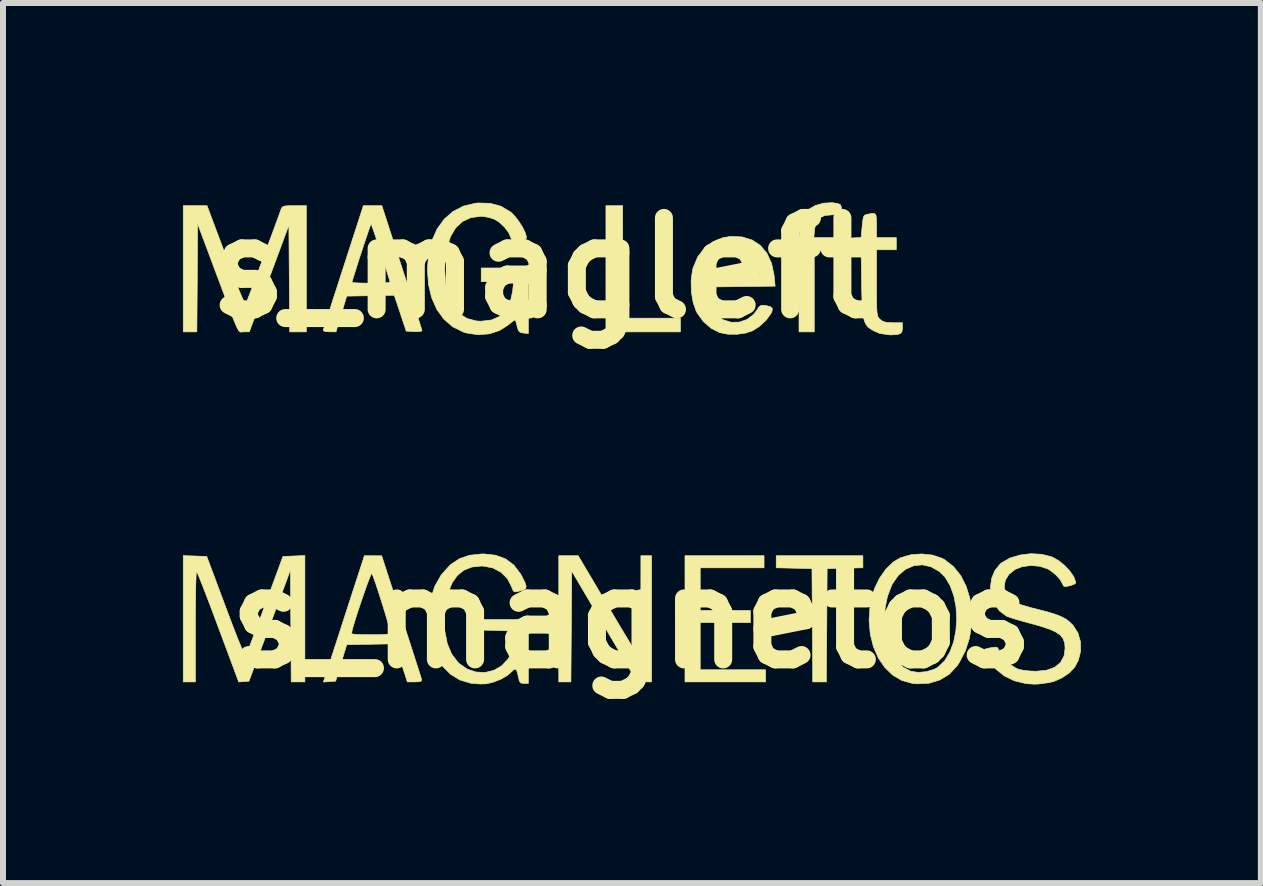
<source format=kicad_pcb>
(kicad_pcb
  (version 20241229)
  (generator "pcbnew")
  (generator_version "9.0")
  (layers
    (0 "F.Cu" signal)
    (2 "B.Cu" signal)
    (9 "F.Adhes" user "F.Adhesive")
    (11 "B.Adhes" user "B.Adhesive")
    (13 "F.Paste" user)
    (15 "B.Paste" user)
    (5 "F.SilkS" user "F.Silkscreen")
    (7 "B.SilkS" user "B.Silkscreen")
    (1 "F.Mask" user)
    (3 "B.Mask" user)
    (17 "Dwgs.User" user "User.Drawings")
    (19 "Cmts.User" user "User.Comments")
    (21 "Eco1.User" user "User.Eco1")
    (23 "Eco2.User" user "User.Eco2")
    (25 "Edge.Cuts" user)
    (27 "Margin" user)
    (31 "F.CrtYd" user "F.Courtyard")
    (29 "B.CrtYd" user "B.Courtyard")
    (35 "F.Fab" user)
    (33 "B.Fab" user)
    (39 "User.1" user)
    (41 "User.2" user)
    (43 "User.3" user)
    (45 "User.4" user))
  (footprint "s_magnetos"
    (layer "F.Cu")
    (at 7.483 7.254)
    (property "Reference" "s_magnetos" (at 0 0 0) (layer "F.SilkS") (effects (font (size 1.524 1.524) (thickness 0.3))))
    (attr through_hole)
    (fp_poly (pts (xy 2.205 -0.837) (xy 1.141 -0.837) (xy 1.141 -0.127) (xy 1.977 -0.127) (xy 1.977 0.076) (xy 1.141 0.076) (xy 1.141 0.862) (xy 2.231 0.862) (xy 2.231 1.065) (xy 0.887 1.065) (xy 0.887 -1.039) (xy 2.205 -1.039) (xy 2.205 -0.837)) (stroke (width 0.01) (type solid)) (fill yes) (layer "F.SilkS"))
    (fp_poly (pts (xy 3.853 -0.838) (xy 3.555 -0.831) (xy 3.257 -0.824) (xy 3.251 0.12) (xy 3.244 1.065) (xy 3.017 1.065) (xy 3.011 0.12) (xy 3.004 -0.824) (xy 2.706 -0.831) (xy 2.408 -0.838) (xy 2.408 -1.039) (xy 3.853 -1.039) (xy 3.853 -0.838)) (stroke (width 0.01) (type solid)) (fill yes) (layer "F.SilkS"))
    (fp_poly (pts (xy -0.409 -0.221) (xy -0.298 -0.034) (xy -0.194 0.141) (xy -0.1 0.297) (xy -0.02 0.432) (xy 0.045 0.538) (xy 0.09 0.612) (xy 0.112 0.647) (xy 0.113 0.648) (xy 0.123 0.657) (xy 0.131 0.651) (xy 0.138 0.626) (xy 0.143 0.577) (xy 0.146 0.501) (xy 0.148 0.391) (xy 0.15 0.244) (xy 0.151 0.056) (xy 0.151 -0.171) (xy 0.152 -1.039) (xy 0.33 -1.039) (xy 0.33 1.065) (xy 0.089 1.063) (xy -0.456 0.141) (xy -1.001 -0.782) (xy -1.008 0.142) (xy -1.015 1.065) (xy -1.217 1.065) (xy -1.217 -1.039) (xy -0.893 -1.039) (xy -0.409 -0.221)) (stroke (width 0.01) (type solid)) (fill yes) (layer "F.SilkS"))
    (fp_poly (pts (xy -5.45 1.065) (xy -5.678 1.065) (xy -5.691 -0.799) (xy -6.036 0.127) (xy -6.382 1.052) (xy -6.467 1.059) (xy -6.553 1.066) (xy -6.894 0.151) (xy -6.97 -0.053) (xy -7.041 -0.241) (xy -7.106 -0.41) (xy -7.161 -0.553) (xy -7.206 -0.664) (xy -7.237 -0.74) (xy -7.254 -0.775) (xy -7.255 -0.776) (xy -7.259 -0.755) (xy -7.264 -0.688) (xy -7.268 -0.582) (xy -7.271 -0.441) (xy -7.273 -0.272) (xy -7.275 -0.08) (xy -7.275 0.13) (xy -7.275 0.138) (xy -7.275 1.065) (xy -7.478 1.065) (xy -7.478 -1.041) (xy -7.282 -1.034) (xy -7.086 -1.027) (xy -6.771 -0.184) (xy -6.698 0.01) (xy -6.63 0.188) (xy -6.569 0.343) (xy -6.517 0.472) (xy -6.478 0.569) (xy -6.451 0.628) (xy -6.441 0.644) (xy -6.429 0.618) (xy -6.402 0.549) (xy -6.361 0.444) (xy -6.31 0.308) (xy -6.249 0.147) (xy -6.181 -0.035) (xy -6.121 -0.199) (xy -5.816 -1.027) (xy -5.45 -1.042) (xy -5.45 1.065)) (stroke (width 0.01) (type solid)) (fill yes) (layer "F.SilkS"))
    (fp_poly (pts (xy -4.17 -1.038) (xy -3.84 -0.024) (xy -3.77 0.194) (xy -3.704 0.397) (xy -3.645 0.581) (xy -3.594 0.74) (xy -3.552 0.87) (xy -3.522 0.964) (xy -3.506 1.018) (xy -3.503 1.028) (xy -3.51 1.051) (xy -3.55 1.062) (xy -3.618 1.065) (xy -3.742 1.065) (xy -3.801 0.881) (xy -3.838 0.767) (xy -3.878 0.651) (xy -3.909 0.563) (xy -3.959 0.43) (xy -4.355 0.437) (xy -4.752 0.444) (xy -4.845 0.748) (xy -4.937 1.052) (xy -5.141 1.067) (xy -5.015 0.679) (xy -4.972 0.545) (xy -4.916 0.374) (xy -4.878 0.257) (xy -4.672 0.257) (xy -4.671 0.26) (xy -4.643 0.268) (xy -4.576 0.274) (xy -4.483 0.277) (xy -4.374 0.278) (xy -4.263 0.278) (xy -4.16 0.275) (xy -4.078 0.27) (xy -4.029 0.263) (xy -4.021 0.258) (xy -4.025 0.23) (xy -4.042 0.162) (xy -4.069 0.064) (xy -4.105 -0.056) (xy -4.145 -0.188) (xy -4.188 -0.324) (xy -4.23 -0.454) (xy -4.268 -0.57) (xy -4.301 -0.663) (xy -4.324 -0.724) (xy -4.334 -0.743) (xy -4.347 -0.726) (xy -4.371 -0.669) (xy -4.405 -0.581) (xy -4.445 -0.469) (xy -4.489 -0.342) (xy -4.534 -0.209) (xy -4.577 -0.078) (xy -4.615 0.042) (xy -4.646 0.144) (xy -4.665 0.218) (xy -4.672 0.257) (xy -4.878 0.257) (xy -4.853 0.179) (xy -4.786 -0.028) (xy -4.719 -0.236) (xy -4.674 -0.374) (xy -4.458 -1.039) (xy -4.17 -1.038)) (stroke (width 0.01) (type solid)) (fill yes) (layer "F.SilkS"))
    (fp_poly (pts (xy 5.012 -1.05) (xy 5.171 -0.997) (xy 5.212 -0.976) (xy 5.362 -0.859) (xy 5.484 -0.708) (xy 5.575 -0.528) (xy 5.637 -0.328) (xy 5.667 -0.113) (xy 5.666 0.108) (xy 5.631 0.329) (xy 5.563 0.543) (xy 5.46 0.742) (xy 5.422 0.798) (xy 5.294 0.936) (xy 5.137 1.032) (xy 4.957 1.087) (xy 4.756 1.097) (xy 4.676 1.089) (xy 4.503 1.041) (xy 4.349 0.951) (xy 4.217 0.823) (xy 4.109 0.663) (xy 4.028 0.476) (xy 3.976 0.268) (xy 3.956 0.043) (xy 3.957 0.028) (xy 4.212 0.028) (xy 4.228 0.222) (xy 4.269 0.406) (xy 4.333 0.572) (xy 4.42 0.712) (xy 4.527 0.82) (xy 4.652 0.887) (xy 4.656 0.888) (xy 4.779 0.906) (xy 4.915 0.893) (xy 5.044 0.853) (xy 5.107 0.818) (xy 5.217 0.711) (xy 5.303 0.568) (xy 5.366 0.399) (xy 5.403 0.212) (xy 5.417 0.016) (xy 5.406 -0.18) (xy 5.37 -0.368) (xy 5.309 -0.537) (xy 5.224 -0.68) (xy 5.128 -0.776) (xy 4.988 -0.855) (xy 4.843 -0.887) (xy 4.7 -0.872) (xy 4.566 -0.814) (xy 4.446 -0.713) (xy 4.347 -0.573) (xy 4.334 -0.548) (xy 4.264 -0.365) (xy 4.224 -0.171) (xy 4.212 0.028) (xy 3.957 0.028) (xy 3.971 -0.192) (xy 3.991 -0.308) (xy 4.048 -0.495) (xy 4.133 -0.668) (xy 4.239 -0.818) (xy 4.361 -0.935) (xy 4.48 -1.005) (xy 4.651 -1.055) (xy 4.833 -1.069) (xy 5.012 -1.05)) (stroke (width 0.01) (type solid)) (fill yes) (layer "F.SilkS"))
    (fp_poly (pts (xy -2.271 -1.048) (xy -2.104 -0.986) (xy -1.965 -0.882) (xy -1.854 -0.736) (xy -1.827 -0.687) (xy -1.781 -0.592) (xy -1.761 -0.531) (xy -1.768 -0.494) (xy -1.801 -0.472) (xy -1.843 -0.458) (xy -1.918 -0.438) (xy -1.959 -0.437) (xy -1.981 -0.461) (xy -2.001 -0.515) (xy -2.003 -0.52) (xy -2.073 -0.657) (xy -2.18 -0.763) (xy -2.316 -0.835) (xy -2.474 -0.866) (xy -2.508 -0.867) (xy -2.668 -0.85) (xy -2.8 -0.797) (xy -2.909 -0.709) (xy -2.992 -0.592) (xy -3.058 -0.437) (xy -3.103 -0.254) (xy -3.125 -0.053) (xy -3.122 0.157) (xy -3.117 0.214) (xy -3.076 0.425) (xy -3.004 0.598) (xy -2.899 0.737) (xy -2.877 0.758) (xy -2.743 0.851) (xy -2.596 0.9) (xy -2.446 0.907) (xy -2.3 0.872) (xy -2.169 0.796) (xy -2.066 0.686) (xy -2.025 0.622) (xy -2.002 0.563) (xy -1.992 0.49) (xy -1.99 0.397) (xy -1.99 0.215) (xy -2.237 0.208) (xy -2.484 0.201) (xy -2.484 0.025) (xy -1.724 0.025) (xy -1.724 1.09) (xy -1.798 1.09) (xy -1.847 1.084) (xy -1.873 1.056) (xy -1.888 0.994) (xy -1.908 0.901) (xy -1.932 0.855) (xy -1.962 0.854) (xy -2.002 0.893) (xy -2.072 0.956) (xy -2.175 1.016) (xy -2.294 1.064) (xy -2.41 1.094) (xy -2.434 1.097) (xy -2.528 1.099) (xy -2.638 1.092) (xy -2.686 1.086) (xy -2.865 1.033) (xy -3.022 0.937) (xy -3.156 0.803) (xy -3.262 0.635) (xy -3.339 0.439) (xy -3.382 0.217) (xy -3.391 -0.024) (xy -3.39 -0.051) (xy -3.356 -0.307) (xy -3.285 -0.53) (xy -3.175 -0.722) (xy -3.027 -0.885) (xy -3.013 -0.897) (xy -2.872 -0.99) (xy -2.706 -1.047) (xy -2.508 -1.068) (xy -2.468 -1.069) (xy -2.271 -1.048)) (stroke (width 0.01) (type solid)) (fill yes) (layer "F.SilkS"))
    (fp_poly (pts (xy 6.834 -1.063) (xy 6.997 -1.022) (xy 7.017 -1.014) (xy 7.12 -0.955) (xy 7.219 -0.874) (xy 7.305 -0.782) (xy 7.369 -0.688) (xy 7.4 -0.604) (xy 7.402 -0.584) (xy 7.38 -0.566) (xy 7.325 -0.545) (xy 7.301 -0.538) (xy 7.236 -0.525) (xy 7.203 -0.53) (xy 7.187 -0.558) (xy 7.186 -0.561) (xy 7.141 -0.641) (xy 7.065 -0.725) (xy 6.971 -0.798) (xy 6.936 -0.818) (xy 6.802 -0.863) (xy 6.651 -0.876) (xy 6.503 -0.855) (xy 6.392 -0.811) (xy 6.288 -0.729) (xy 6.227 -0.629) (xy 6.209 -0.518) (xy 6.239 -0.405) (xy 6.252 -0.381) (xy 6.29 -0.33) (xy 6.341 -0.288) (xy 6.413 -0.25) (xy 6.515 -0.213) (xy 6.655 -0.173) (xy 6.748 -0.15) (xy 6.923 -0.105) (xy 7.057 -0.064) (xy 7.158 -0.025) (xy 7.237 0.017) (xy 7.301 0.066) (xy 7.355 0.12) (xy 7.438 0.248) (xy 7.481 0.397) (xy 7.483 0.554) (xy 7.444 0.708) (xy 7.384 0.819) (xy 7.295 0.914) (xy 7.174 0.996) (xy 7.04 1.056) (xy 6.946 1.078) (xy 6.86 1.089) (xy 6.785 1.099) (xy 6.768 1.101) (xy 6.708 1.102) (xy 6.62 1.097) (xy 6.56 1.09) (xy 6.377 1.046) (xy 6.211 0.965) (xy 6.074 0.855) (xy 6.036 0.812) (xy 5.976 0.728) (xy 5.926 0.646) (xy 5.893 0.576) (xy 5.882 0.529) (xy 5.885 0.52) (xy 5.914 0.51) (xy 5.975 0.497) (xy 5.999 0.493) (xy 6.065 0.485) (xy 6.099 0.495) (xy 6.115 0.529) (xy 6.119 0.544) (xy 6.156 0.617) (xy 6.225 0.699) (xy 6.312 0.776) (xy 6.402 0.834) (xy 6.454 0.856) (xy 6.535 0.872) (xy 6.641 0.883) (xy 6.741 0.887) (xy 6.913 0.871) (xy 7.05 0.822) (xy 7.148 0.741) (xy 7.207 0.631) (xy 7.224 0.504) (xy 7.217 0.416) (xy 7.191 0.344) (xy 7.142 0.282) (xy 7.063 0.229) (xy 6.949 0.18) (xy 6.795 0.13) (xy 6.638 0.087) (xy 6.51 0.052) (xy 6.395 0.019) (xy 6.303 -0.011) (xy 6.247 -0.032) (xy 6.244 -0.034) (xy 6.129 -0.12) (xy 6.047 -0.236) (xy 5.997 -0.372) (xy 5.98 -0.516) (xy 5.999 -0.66) (xy 6.053 -0.792) (xy 6.143 -0.903) (xy 6.168 -0.923) (xy 6.306 -1.001) (xy 6.474 -1.051) (xy 6.654 -1.073) (xy 6.834 -1.063)) (stroke (width 0.01) (type solid)) (fill yes) (layer "F.SilkS")))
  (footprint "s_magleft"
    (layer "F.Cu")
    (at 5.987 1.418)
    (property "Reference" "s_magleft" (at 0 0 0) (layer "F.SilkS") (effects (font (size 1.524 1.524) (thickness 0.3))))
    (attr through_hole)
    (fp_poly (pts (xy 1.344 0.837) (xy 2.307 0.837) (xy 2.307 1.065) (xy 1.065 1.065) (xy 1.065 -1.039) (xy 1.344 -1.039) (xy 1.344 0.837)) (stroke (width 0.01) (type solid)) (fill yes) (layer "F.SilkS"))
    (fp_poly (pts (xy 4.937 -1.074) (xy 4.978 -1.051) (xy 4.993 -1.002) (xy 4.994 -0.973) (xy 4.994 -0.887) (xy 4.843 -0.887) (xy 4.716 -0.875) (xy 4.627 -0.836) (xy 4.573 -0.764) (xy 4.545 -0.655) (xy 4.544 -0.639) (xy 4.531 -0.507) (xy 4.892 -0.507) (xy 4.892 -0.304) (xy 4.538 -0.304) (xy 4.538 1.065) (xy 4.284 1.065) (xy 4.284 -0.304) (xy 4.031 -0.304) (xy 4.031 -0.507) (xy 4.281 -0.507) (xy 4.297 -0.627) (xy 4.322 -0.767) (xy 4.356 -0.867) (xy 4.404 -0.94) (xy 4.439 -0.974) (xy 4.552 -1.041) (xy 4.692 -1.081) (xy 4.838 -1.089) (xy 4.937 -1.074)) (stroke (width 0.01) (type solid)) (fill yes) (layer "F.SilkS"))
    (fp_poly (pts (xy 5.544 -0.907) (xy 5.567 -0.881) (xy 5.575 -0.822) (xy 5.577 -0.723) (xy 5.577 -0.507) (xy 5.906 -0.507) (xy 5.906 -0.304) (xy 5.577 -0.304) (xy 5.577 0.249) (xy 5.577 0.43) (xy 5.578 0.567) (xy 5.58 0.668) (xy 5.585 0.738) (xy 5.592 0.786) (xy 5.602 0.817) (xy 5.617 0.839) (xy 5.636 0.857) (xy 5.682 0.89) (xy 5.741 0.907) (xy 5.832 0.912) (xy 5.851 0.913) (xy 6.008 0.913) (xy 6.008 0.999) (xy 6.002 1.056) (xy 5.977 1.091) (xy 5.924 1.109) (xy 5.833 1.115) (xy 5.796 1.115) (xy 5.634 1.092) (xy 5.551 1.058) (xy 5.487 1.023) (xy 5.438 0.987) (xy 5.4 0.941) (xy 5.373 0.881) (xy 5.354 0.799) (xy 5.341 0.689) (xy 5.334 0.544) (xy 5.329 0.358) (xy 5.328 0.26) (xy 5.319 -0.304) (xy 5.041 -0.304) (xy 5.049 -0.399) (xy 5.057 -0.494) (xy 5.188 -0.502) (xy 5.319 -0.509) (xy 5.337 -0.696) (xy 5.347 -0.791) (xy 5.358 -0.848) (xy 5.376 -0.878) (xy 5.405 -0.892) (xy 5.431 -0.897) (xy 5.501 -0.91) (xy 5.544 -0.907)) (stroke (width 0.01) (type solid)) (fill yes) (layer "F.SilkS"))
    (fp_poly (pts (xy -5.272 -0.202) (xy -5.181 0.041) (xy -5.103 0.241) (xy -5.04 0.399) (xy -4.991 0.512) (xy -4.958 0.58) (xy -4.941 0.601) (xy -4.939 0.6) (xy -4.927 0.571) (xy -4.9 0.5) (xy -4.86 0.396) (xy -4.811 0.264) (xy -4.754 0.112) (xy -4.692 -0.053) (xy -4.628 -0.226) (xy -4.564 -0.399) (xy -4.502 -0.565) (xy -4.446 -0.717) (xy -4.398 -0.849) (xy -4.36 -0.954) (xy -4.355 -0.97) (xy -4.34 -1.004) (xy -4.318 -1.025) (xy -4.278 -1.035) (xy -4.208 -1.039) (xy -4.129 -1.039) (xy -3.929 -1.039) (xy -3.929 1.065) (xy -4.207 1.065) (xy -4.214 0.176) (xy -4.221 -0.714) (xy -4.88 1.064) (xy -4.973 1.064) (xy -4.994 1.066) (xy -5.012 1.069) (xy -5.027 1.068) (xy -5.042 1.06) (xy -5.059 1.041) (xy -5.079 1.008) (xy -5.103 0.955) (xy -5.135 0.879) (xy -5.175 0.776) (xy -5.226 0.643) (xy -5.289 0.474) (xy -5.366 0.267) (xy -5.46 0.018) (xy -5.478 -0.032) (xy -5.742 -0.736) (xy -5.748 0.164) (xy -5.755 1.065) (xy -5.982 1.065) (xy -5.982 -1.039) (xy -5.585 -1.039) (xy -5.272 -0.202)) (stroke (width 0.01) (type solid)) (fill yes) (layer "F.SilkS"))
    (fp_poly (pts (xy -2.336 -0.006) (xy -2.265 0.212) (xy -2.199 0.416) (xy -2.14 0.6) (xy -2.09 0.759) (xy -2.049 0.888) (xy -2.02 0.982) (xy -2.004 1.036) (xy -2.002 1.047) (xy -2.025 1.057) (xy -2.084 1.061) (xy -2.134 1.06) (xy -2.265 1.052) (xy -2.364 0.754) (xy -2.464 0.455) (xy -2.86 0.462) (xy -3.257 0.469) (xy -3.346 0.767) (xy -3.435 1.064) (xy -3.544 1.064) (xy -3.616 1.06) (xy -3.645 1.044) (xy -3.646 1.03) (xy -3.636 0.999) (xy -3.613 0.925) (xy -3.577 0.813) (xy -3.531 0.669) (xy -3.476 0.497) (xy -3.413 0.303) (xy -3.392 0.239) (xy -3.169 0.239) (xy -3.145 0.244) (xy -3.08 0.249) (xy -2.984 0.252) (xy -2.865 0.253) (xy -2.852 0.253) (xy -2.732 0.252) (xy -2.633 0.249) (xy -2.564 0.243) (xy -2.535 0.237) (xy -2.535 0.236) (xy -2.542 0.206) (xy -2.563 0.137) (xy -2.593 0.039) (xy -2.63 -0.079) (xy -2.672 -0.208) (xy -2.715 -0.34) (xy -2.756 -0.466) (xy -2.794 -0.578) (xy -2.824 -0.665) (xy -2.844 -0.72) (xy -2.851 -0.735) (xy -2.86 -0.712) (xy -2.883 -0.65) (xy -2.914 -0.557) (xy -2.953 -0.442) (xy -2.995 -0.314) (xy -3.039 -0.182) (xy -3.08 -0.053) (xy -3.116 0.062) (xy -3.145 0.154) (xy -3.164 0.217) (xy -3.169 0.239) (xy -3.392 0.239) (xy -3.345 0.092) (xy -3.308 -0.022) (xy -2.979 -1.039) (xy -2.671 -1.039) (xy -2.336 -0.006)) (stroke (width 0.01) (type solid)) (fill yes) (layer "F.SilkS"))
    (fp_poly (pts (xy 3.336 -0.518) (xy 3.502 -0.467) (xy 3.641 -0.375) (xy 3.75 -0.244) (xy 3.827 -0.077) (xy 3.869 0.123) (xy 3.87 0.14) (xy 3.886 0.303) (xy 3.318 0.31) (xy 2.75 0.317) (xy 2.756 0.406) (xy 2.778 0.565) (xy 2.822 0.687) (xy 2.895 0.78) (xy 3.001 0.853) (xy 3.019 0.863) (xy 3.153 0.905) (xy 3.289 0.902) (xy 3.418 0.858) (xy 3.526 0.775) (xy 3.575 0.711) (xy 3.617 0.649) (xy 3.652 0.623) (xy 3.698 0.621) (xy 3.726 0.625) (xy 3.805 0.644) (xy 3.839 0.672) (xy 3.835 0.718) (xy 3.818 0.755) (xy 3.739 0.867) (xy 3.627 0.972) (xy 3.514 1.044) (xy 3.394 1.085) (xy 3.249 1.105) (xy 3.099 1.104) (xy 2.966 1.078) (xy 2.965 1.078) (xy 2.821 1.007) (xy 2.692 0.896) (xy 2.589 0.755) (xy 2.569 0.718) (xy 2.518 0.57) (xy 2.489 0.395) (xy 2.485 0.213) (xy 2.496 0.127) (xy 2.757 0.127) (xy 3.191 0.127) (xy 3.358 0.126) (xy 3.479 0.123) (xy 3.561 0.117) (xy 3.607 0.109) (xy 3.624 0.098) (xy 3.625 0.095) (xy 3.603 -0.024) (xy 3.546 -0.143) (xy 3.463 -0.246) (xy 3.366 -0.315) (xy 3.354 -0.32) (xy 3.224 -0.35) (xy 3.096 -0.334) (xy 2.977 -0.279) (xy 2.877 -0.189) (xy 2.805 -0.071) (xy 2.775 0.032) (xy 2.757 0.127) (xy 2.496 0.127) (xy 2.507 0.043) (xy 2.519 -0.004) (xy 2.594 -0.183) (xy 2.705 -0.329) (xy 2.847 -0.438) (xy 3.014 -0.505) (xy 3.145 -0.527) (xy 3.336 -0.518)) (stroke (width 0.01) (type solid)) (fill yes) (layer "F.SilkS"))
    (fp_poly (pts (xy -0.862 -1.078) (xy -0.683 -1.029) (xy -0.528 -0.936) (xy -0.504 -0.916) (xy -0.44 -0.848) (xy -0.377 -0.763) (xy -0.321 -0.672) (xy -0.28 -0.587) (xy -0.261 -0.521) (xy -0.262 -0.496) (xy -0.294 -0.47) (xy -0.357 -0.447) (xy -0.434 -0.433) (xy -0.47 -0.431) (xy -0.498 -0.453) (xy -0.519 -0.502) (xy -0.558 -0.592) (xy -0.629 -0.685) (xy -0.719 -0.767) (xy -0.797 -0.814) (xy -0.89 -0.844) (xy -0.994 -0.86) (xy -1.021 -0.861) (xy -1.186 -0.84) (xy -1.326 -0.776) (xy -1.44 -0.669) (xy -1.527 -0.522) (xy -1.586 -0.335) (xy -1.617 -0.11) (xy -1.622 0.029) (xy -1.607 0.267) (xy -1.561 0.469) (xy -1.486 0.633) (xy -1.383 0.757) (xy -1.252 0.841) (xy -1.095 0.883) (xy -1.014 0.887) (xy -0.845 0.867) (xy -0.709 0.808) (xy -0.604 0.71) (xy -0.532 0.573) (xy -0.492 0.397) (xy -0.49 0.381) (xy -0.474 0.228) (xy -1.014 0.228) (xy -1.014 0) (xy -0.228 0) (xy -0.228 1.093) (xy -0.31 1.085) (xy -0.364 1.074) (xy -0.394 1.044) (xy -0.414 0.979) (xy -0.414 0.976) (xy -0.431 0.91) (xy -0.443 0.87) (xy -0.446 0.865) (xy -0.468 0.875) (xy -0.516 0.91) (xy -0.562 0.948) (xy -0.71 1.043) (xy -0.881 1.098) (xy -1.066 1.113) (xy -1.254 1.085) (xy -1.313 1.067) (xy -1.488 0.981) (xy -1.636 0.854) (xy -1.754 0.691) (xy -1.841 0.495) (xy -1.894 0.27) (xy -1.911 0.025) (xy -1.892 -0.228) (xy -1.837 -0.455) (xy -1.749 -0.652) (xy -1.63 -0.816) (xy -1.482 -0.944) (xy -1.308 -1.033) (xy -1.11 -1.08) (xy -1.068 -1.084) (xy -0.862 -1.078)) (stroke (width 0.01) (type solid)) (fill yes) (layer "F.SilkS")))
  (gr_rect
    (start -3 -3)
    (end 17.971 11.672)
    (stroke (width 0.1) (type default))
    (fill no)
    (layer "Edge.Cuts")))
</source>
